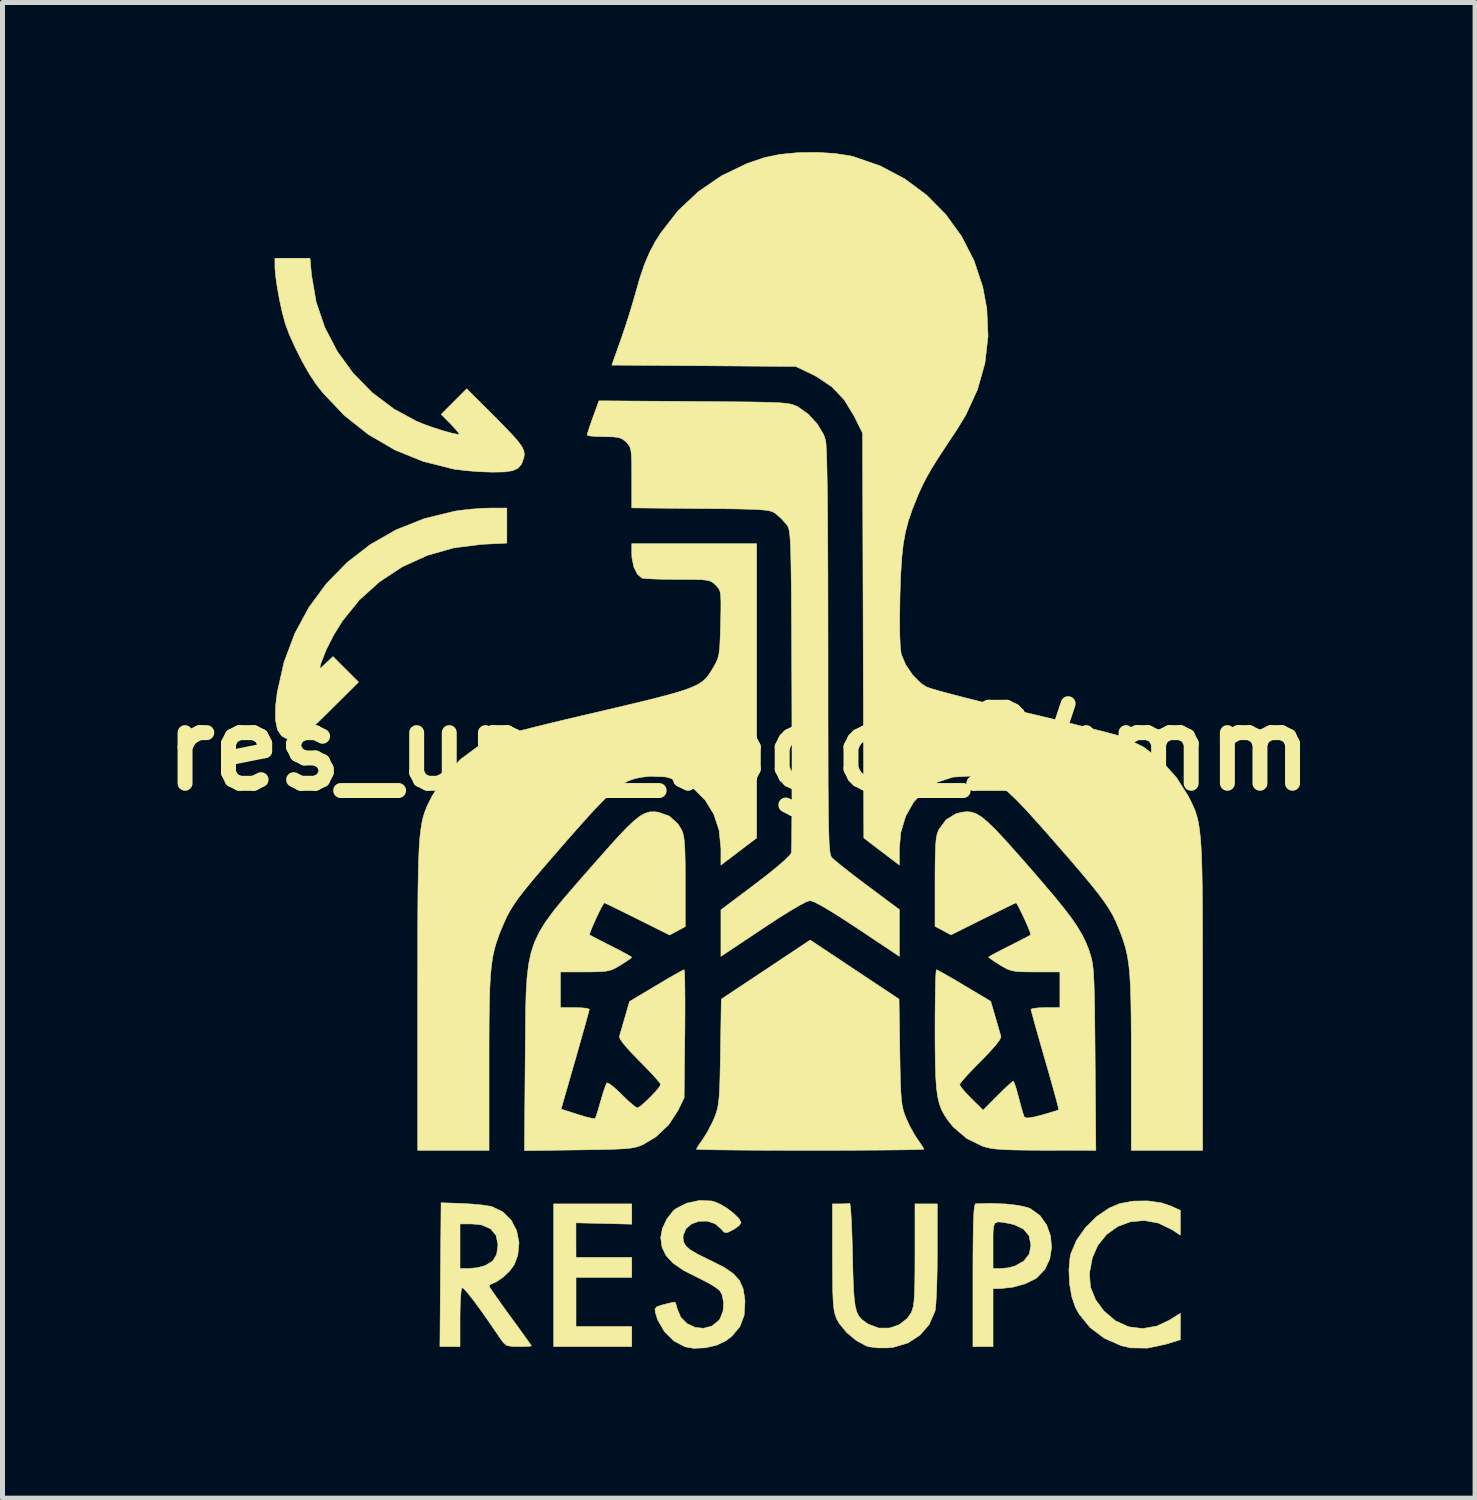
<source format=kicad_pcb>
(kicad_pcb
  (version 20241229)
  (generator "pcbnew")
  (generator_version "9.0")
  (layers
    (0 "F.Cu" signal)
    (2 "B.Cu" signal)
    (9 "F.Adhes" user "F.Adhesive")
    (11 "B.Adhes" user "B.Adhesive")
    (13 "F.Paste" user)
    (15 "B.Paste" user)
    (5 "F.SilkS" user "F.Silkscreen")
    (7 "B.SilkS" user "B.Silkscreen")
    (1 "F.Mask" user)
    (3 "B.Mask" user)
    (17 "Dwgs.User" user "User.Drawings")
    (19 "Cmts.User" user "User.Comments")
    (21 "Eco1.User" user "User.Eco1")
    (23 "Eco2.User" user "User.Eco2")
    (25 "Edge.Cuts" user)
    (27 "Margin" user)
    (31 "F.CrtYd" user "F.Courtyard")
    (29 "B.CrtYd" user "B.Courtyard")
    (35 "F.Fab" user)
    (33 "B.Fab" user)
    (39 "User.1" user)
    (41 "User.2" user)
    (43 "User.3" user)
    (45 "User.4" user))
  (footprint "res_upc_logo_24mm"
    (layer "F.Cu")
    (at 11.764 11.967)
    (property "Reference" "res_upc_logo_24mm" (at 0 0 0) (layer "F.SilkS") (effects (font (size 1.524 1.524) (thickness 0.3))))
    (attr through_hole)
    (fp_poly (pts (xy -2.146 9.53) (xy -2.706 9.516) (xy -3.265 9.503) (xy -3.265 9.849) (xy -3.264 10.196) (xy -2.146 10.196) (xy -2.146 10.598) (xy -3.264 10.598) (xy -3.264 11.582) (xy -2.146 11.582) (xy -2.146 11.985) (xy -3.712 11.985) (xy -3.712 9.123) (xy -2.146 9.123) (xy -2.146 9.53)) (stroke (width 0.01) (type solid)) (fill yes) (layer "F.SilkS"))
    (fp_poly (pts (xy 8.471 9.101) (xy 8.642 9.157) (xy 8.854 9.252) (xy 8.854 9.75) (xy 8.687 9.64) (xy 8.414 9.508) (xy 8.133 9.457) (xy 7.857 9.481) (xy 7.6 9.575) (xy 7.376 9.735) (xy 7.199 9.955) (xy 7.09 10.203) (xy 7.031 10.513) (xy 7.051 10.79) (xy 7.155 11.046) (xy 7.318 11.267) (xy 7.553 11.468) (xy 7.815 11.587) (xy 8.095 11.623) (xy 8.38 11.574) (xy 8.631 11.456) (xy 8.854 11.317) (xy 8.854 11.847) (xy 8.559 11.938) (xy 8.193 12.015) (xy 7.858 12.01) (xy 7.669 11.967) (xy 7.328 11.816) (xy 7.043 11.601) (xy 6.821 11.327) (xy 6.75 11.198) (xy 6.677 10.985) (xy 6.632 10.723) (xy 6.62 10.448) (xy 6.642 10.197) (xy 6.659 10.12) (xy 6.771 9.855) (xy 6.95 9.6) (xy 7.177 9.376) (xy 7.432 9.203) (xy 7.642 9.116) (xy 7.912 9.067) (xy 8.2 9.063) (xy 8.471 9.101)) (stroke (width 0.01) (type solid)) (fill yes) (layer "F.SilkS"))
    (fp_poly (pts (xy -4.651 -4.127) (xy -5.154 -4.102) (xy -5.713 -4.032) (xy -6.247 -3.88) (xy -6.747 -3.652) (xy -7.203 -3.352) (xy -7.609 -2.986) (xy -7.954 -2.558) (xy -7.958 -2.551) (xy -8.125 -2.279) (xy -8.27 -1.994) (xy -8.374 -1.731) (xy -8.384 -1.699) (xy -8.402 -1.633) (xy -8.39 -1.621) (xy -8.335 -1.666) (xy -8.277 -1.72) (xy -8.136 -1.852) (xy -7.88 -1.596) (xy -7.624 -1.34) (xy -8.209 -0.759) (xy -8.423 -0.549) (xy -8.586 -0.395) (xy -8.707 -0.289) (xy -8.797 -0.223) (xy -8.867 -0.189) (xy -8.925 -0.179) (xy -8.931 -0.179) (xy -9.065 -0.205) (xy -9.167 -0.259) (xy -9.25 -0.383) (xy -9.291 -0.586) (xy -9.287 -0.866) (xy -9.256 -1.128) (xy -9.119 -1.739) (xy -8.905 -2.31) (xy -8.62 -2.838) (xy -8.268 -3.315) (xy -7.856 -3.737) (xy -7.388 -4.099) (xy -6.87 -4.394) (xy -6.307 -4.618) (xy -5.705 -4.765) (xy -5.604 -4.781) (xy -5.38 -4.807) (xy -5.134 -4.825) (xy -4.966 -4.83) (xy -4.651 -4.83) (xy -4.651 -4.127)) (stroke (width 0.01) (type solid)) (fill yes) (layer "F.SilkS"))
    (fp_poly (pts (xy 5.354 9.125) (xy 5.603 9.153) (xy 5.791 9.196) (xy 5.848 9.218) (xy 6.037 9.355) (xy 6.172 9.543) (xy 6.251 9.764) (xy 6.272 10) (xy 6.235 10.231) (xy 6.136 10.439) (xy 5.976 10.605) (xy 5.952 10.622) (xy 5.742 10.725) (xy 5.488 10.795) (xy 5.243 10.821) (xy 5.098 10.822) (xy 5.098 11.985) (xy 4.695 11.985) (xy 4.695 10.554) (xy 4.696 10.14) (xy 4.698 9.931) (xy 5.098 9.931) (xy 5.098 9.95) (xy 5.098 10.419) (xy 5.251 10.419) (xy 5.401 10.405) (xy 5.531 10.372) (xy 5.717 10.268) (xy 5.825 10.127) (xy 5.858 9.95) (xy 5.821 9.764) (xy 5.708 9.627) (xy 5.521 9.539) (xy 5.447 9.521) (xy 5.294 9.492) (xy 5.194 9.484) (xy 5.135 9.51) (xy 5.107 9.584) (xy 5.098 9.72) (xy 5.098 9.931) (xy 4.698 9.931) (xy 4.699 9.808) (xy 4.703 9.551) (xy 4.71 9.361) (xy 4.719 9.231) (xy 4.731 9.154) (xy 4.746 9.122) (xy 4.751 9.12) (xy 5.064 9.113) (xy 5.354 9.125)) (stroke (width 0.01) (type solid)) (fill yes) (layer "F.SilkS"))
    (fp_poly (pts (xy 2.322 4.425) (xy 3.213 5.017) (xy 3.229 6.075) (xy 3.235 6.415) (xy 3.241 6.68) (xy 3.25 6.882) (xy 3.261 7.034) (xy 3.277 7.151) (xy 3.298 7.246) (xy 3.326 7.333) (xy 3.346 7.385) (xy 3.427 7.562) (xy 3.525 7.738) (xy 3.579 7.821) (xy 3.655 7.93) (xy 3.703 8.006) (xy 3.712 8.027) (xy 3.668 8.031) (xy 3.544 8.035) (xy 3.347 8.039) (xy 3.086 8.042) (xy 2.768 8.045) (xy 2.404 8.047) (xy 2 8.049) (xy 1.565 8.049) (xy 1.431 8.049) (xy 0.989 8.049) (xy 0.575 8.048) (xy 0.198 8.046) (xy -0.135 8.043) (xy -0.413 8.04) (xy -0.631 8.036) (xy -0.777 8.032) (xy -0.846 8.028) (xy -0.85 8.027) (xy -0.826 7.98) (xy -0.764 7.887) (xy -0.717 7.821) (xy -0.623 7.67) (xy -0.529 7.488) (xy -0.484 7.385) (xy -0.452 7.298) (xy -0.427 7.21) (xy -0.408 7.107) (xy -0.394 6.977) (xy -0.384 6.806) (xy -0.377 6.581) (xy -0.371 6.287) (xy -0.367 6.075) (xy -0.351 5.017) (xy 0.54 4.425) (xy 1.431 3.832) (xy 2.322 4.425)) (stroke (width 0.01) (type solid)) (fill yes) (layer "F.SilkS"))
    (fp_poly (pts (xy -8.567 -9.498) (xy -8.475 -8.963) (xy -8.301 -8.451) (xy -8.051 -7.971) (xy -7.733 -7.533) (xy -7.352 -7.145) (xy -6.915 -6.816) (xy -6.468 -6.573) (xy -6.309 -6.508) (xy -6.12 -6.441) (xy -5.928 -6.38) (xy -5.757 -6.332) (xy -5.635 -6.307) (xy -5.608 -6.305) (xy -5.617 -6.334) (xy -5.677 -6.408) (xy -5.769 -6.507) (xy -5.968 -6.709) (xy -5.712 -6.965) (xy -5.456 -7.221) (xy -4.923 -6.69) (xy -4.7 -6.465) (xy -4.534 -6.291) (xy -4.419 -6.159) (xy -4.347 -6.057) (xy -4.309 -5.975) (xy -4.3 -5.904) (xy -4.311 -5.838) (xy -4.355 -5.713) (xy -4.425 -5.629) (xy -4.535 -5.579) (xy -4.702 -5.554) (xy -4.941 -5.55) (xy -4.953 -5.55) (xy -5.192 -5.558) (xy -5.446 -5.578) (xy -5.669 -5.604) (xy -5.724 -5.613) (xy -6.328 -5.764) (xy -6.898 -5.996) (xy -7.427 -6.305) (xy -7.91 -6.687) (xy -8.339 -7.139) (xy -8.473 -7.309) (xy -8.606 -7.509) (xy -8.751 -7.763) (xy -8.891 -8.04) (xy -9.012 -8.307) (xy -9.096 -8.535) (xy -9.098 -8.542) (xy -9.154 -8.752) (xy -9.208 -8.997) (xy -9.253 -9.247) (xy -9.286 -9.474) (xy -9.301 -9.649) (xy -9.301 -9.67) (xy -9.301 -9.838) (xy -8.598 -9.838) (xy -8.567 -9.498)) (stroke (width 0.01) (type solid)) (fill yes) (layer "F.SilkS"))
    (fp_poly (pts (xy 2.235 9.151) (xy 2.246 9.267) (xy 2.257 9.449) (xy 2.267 9.684) (xy 2.276 9.959) (xy 2.281 10.153) (xy 2.289 10.513) (xy 2.299 10.796) (xy 2.314 11.012) (xy 2.335 11.173) (xy 2.366 11.291) (xy 2.41 11.377) (xy 2.469 11.443) (xy 2.546 11.501) (xy 2.607 11.539) (xy 2.806 11.613) (xy 3.017 11.613) (xy 3.216 11.546) (xy 3.38 11.418) (xy 3.454 11.31) (xy 3.48 11.249) (xy 3.5 11.173) (xy 3.514 11.069) (xy 3.523 10.925) (xy 3.529 10.728) (xy 3.532 10.466) (xy 3.533 10.14) (xy 3.533 9.123) (xy 3.98 9.123) (xy 3.98 10.118) (xy 3.978 10.417) (xy 3.972 10.696) (xy 3.963 10.938) (xy 3.952 11.127) (xy 3.94 11.249) (xy 3.934 11.274) (xy 3.817 11.542) (xy 3.631 11.757) (xy 3.39 11.912) (xy 3.104 11.998) (xy 2.987 12.011) (xy 2.794 12.011) (xy 2.624 11.99) (xy 2.555 11.971) (xy 2.356 11.863) (xy 2.166 11.704) (xy 2.015 11.522) (xy 1.963 11.43) (xy 1.937 11.362) (xy 1.916 11.284) (xy 1.901 11.182) (xy 1.891 11.045) (xy 1.884 10.86) (xy 1.881 10.614) (xy 1.879 10.295) (xy 1.879 10.185) (xy 1.878 9.123) (xy 2.035 9.123) (xy 2.149 9.12) (xy 2.221 9.112) (xy 2.225 9.111) (xy 2.235 9.151)) (stroke (width 0.01) (type solid)) (fill yes) (layer "F.SilkS"))
    (fp_poly (pts (xy -5.545 9.115) (xy -5.336 9.127) (xy -5.139 9.146) (xy -4.987 9.17) (xy -4.945 9.18) (xy -4.728 9.286) (xy -4.562 9.452) (xy -4.453 9.663) (xy -4.407 9.902) (xy -4.431 10.151) (xy -4.499 10.336) (xy -4.59 10.463) (xy -4.722 10.59) (xy -4.861 10.685) (xy -4.919 10.71) (xy -4.991 10.745) (xy -5.008 10.769) (xy -4.982 10.814) (xy -4.912 10.917) (xy -4.807 11.067) (xy -4.676 11.25) (xy -4.583 11.378) (xy -4.44 11.574) (xy -4.317 11.744) (xy -4.224 11.874) (xy -4.169 11.953) (xy -4.159 11.971) (xy -4.199 11.978) (xy -4.304 11.983) (xy -4.416 11.984) (xy -4.564 11.98) (xy -4.655 11.96) (xy -4.719 11.908) (xy -4.785 11.817) (xy -4.982 11.528) (xy -5.158 11.277) (xy -5.309 11.071) (xy -5.428 10.919) (xy -5.511 10.827) (xy -5.55 10.802) (xy -5.565 10.854) (xy -5.577 10.977) (xy -5.586 11.155) (xy -5.59 11.369) (xy -5.59 11.406) (xy -5.59 11.985) (xy -5.993 11.985) (xy -5.982 10.542) (xy -5.973 9.525) (xy -5.59 9.525) (xy -5.59 10.419) (xy -5.409 10.419) (xy -5.247 10.403) (xy -5.091 10.361) (xy -5.078 10.356) (xy -4.935 10.268) (xy -4.856 10.139) (xy -4.83 9.952) (xy -4.83 9.934) (xy -4.867 9.754) (xy -4.977 9.623) (xy -5.153 9.546) (xy -5.347 9.525) (xy -5.59 9.525) (xy -5.973 9.525) (xy -5.97 9.1) (xy -5.545 9.115)) (stroke (width 0.01) (type solid)) (fill yes) (layer "F.SilkS"))
    (fp_poly (pts (xy -0.549 9.064) (xy -0.501 9.075) (xy -0.372 9.129) (xy -0.23 9.215) (xy -0.099 9.316) (xy 0.00014 9.415) (xy 0.044 9.494) (xy 0.045 9.501) (xy 0.009 9.555) (xy -0.081 9.622) (xy -0.114 9.641) (xy -0.217 9.693) (xy -0.275 9.701) (xy -0.322 9.663) (xy -0.349 9.628) (xy -0.477 9.519) (xy -0.633 9.469) (xy -0.796 9.471) (xy -0.944 9.523) (xy -1.058 9.619) (xy -1.115 9.754) (xy -1.118 9.798) (xy -1.106 9.888) (xy -1.062 9.966) (xy -0.973 10.044) (xy -0.828 10.13) (xy -0.614 10.236) (xy -0.557 10.263) (xy -0.296 10.395) (xy -0.11 10.522) (xy 0.013 10.658) (xy 0.085 10.818) (xy 0.119 11.017) (xy 0.124 11.085) (xy 0.107 11.36) (xy 0.022 11.584) (xy -0.138 11.775) (xy -0.251 11.863) (xy -0.439 11.955) (xy -0.67 12.009) (xy -0.905 12.019) (xy -1.077 11.989) (xy -1.301 11.872) (xy -1.489 11.686) (xy -1.625 11.453) (xy -1.671 11.308) (xy -1.68 11.234) (xy -1.65 11.189) (xy -1.559 11.156) (xy -1.5 11.14) (xy -1.378 11.11) (xy -1.297 11.092) (xy -1.283 11.09) (xy -1.261 11.128) (xy -1.237 11.219) (xy -1.165 11.395) (xy -1.038 11.523) (xy -0.879 11.599) (xy -0.707 11.617) (xy -0.541 11.573) (xy -0.403 11.462) (xy -0.376 11.426) (xy -0.316 11.274) (xy -0.304 11.098) (xy -0.338 10.938) (xy -0.385 10.859) (xy -0.465 10.796) (xy -0.601 10.713) (xy -0.767 10.628) (xy -0.805 10.61) (xy -1.1 10.46) (xy -1.315 10.314) (xy -1.458 10.161) (xy -1.539 9.994) (xy -1.565 9.802) (xy -1.565 9.793) (xy -1.531 9.613) (xy -1.441 9.424) (xy -1.316 9.265) (xy -1.258 9.216) (xy -1.041 9.108) (xy -0.792 9.055) (xy -0.549 9.064)) (stroke (width 0.01) (type solid)) (fill yes) (layer "F.SilkS"))
    (fp_poly (pts (xy 0.358 1.785) (xy 0 2.057) (xy -0.358 2.329) (xy -0.358 1.994) (xy -0.395 1.631) (xy -0.502 1.308) (xy -0.671 1.031) (xy -0.893 0.808) (xy -1.161 0.649) (xy -1.467 0.561) (xy -1.778 0.549) (xy -1.936 0.566) (xy -2.075 0.593) (xy -2.206 0.637) (xy -2.335 0.706) (xy -2.474 0.807) (xy -2.629 0.945) (xy -2.811 1.129) (xy -3.029 1.364) (xy -3.29 1.658) (xy -3.426 1.812) (xy -3.718 2.147) (xy -3.957 2.424) (xy -4.15 2.652) (xy -4.303 2.84) (xy -4.424 2.997) (xy -4.518 3.133) (xy -4.593 3.255) (xy -4.655 3.372) (xy -4.711 3.495) (xy -4.74 3.563) (xy -4.804 3.72) (xy -4.856 3.866) (xy -4.899 4.012) (xy -4.933 4.167) (xy -4.959 4.343) (xy -4.979 4.548) (xy -4.992 4.793) (xy -5.001 5.089) (xy -5.006 5.445) (xy -5.008 5.872) (xy -5.008 6.286) (xy -5.008 8.049) (xy -6.439 8.049) (xy -6.439 4.953) (xy -6.438 4.315) (xy -6.438 3.76) (xy -6.436 3.281) (xy -6.433 2.87) (xy -6.427 2.522) (xy -6.42 2.229) (xy -6.409 1.985) (xy -6.395 1.782) (xy -6.376 1.614) (xy -6.353 1.474) (xy -6.326 1.356) (xy -6.292 1.251) (xy -6.253 1.154) (xy -6.207 1.058) (xy -6.154 0.956) (xy -6.144 0.936) (xy -5.893 0.545) (xy -5.583 0.212) (xy -5.226 -0.054) (xy -4.863 -0.232) (xy -4.768 -0.262) (xy -4.597 -0.309) (xy -4.363 -0.37) (xy -4.077 -0.442) (xy -3.751 -0.522) (xy -3.397 -0.607) (xy -3.115 -0.673) (xy -2.602 -0.793) (xy -2.168 -0.896) (xy -1.806 -0.983) (xy -1.509 -1.059) (xy -1.269 -1.125) (xy -1.078 -1.185) (xy -0.93 -1.241) (xy -0.815 -1.296) (xy -0.728 -1.353) (xy -0.66 -1.415) (xy -0.604 -1.484) (xy -0.552 -1.564) (xy -0.504 -1.645) (xy -0.456 -1.732) (xy -0.421 -1.813) (xy -0.398 -1.907) (xy -0.383 -2.031) (xy -0.374 -2.204) (xy -0.367 -2.443) (xy -0.365 -2.513) (xy -0.359 -2.768) (xy -0.358 -2.95) (xy -0.363 -3.074) (xy -0.376 -3.155) (xy -0.4 -3.211) (xy -0.435 -3.256) (xy -0.463 -3.285) (xy -0.511 -3.329) (xy -0.561 -3.36) (xy -0.629 -3.38) (xy -0.732 -3.392) (xy -0.884 -3.397) (xy -1.103 -3.399) (xy -1.224 -3.399) (xy -1.461 -3.4) (xy -1.669 -3.406) (xy -1.83 -3.413) (xy -1.928 -3.423) (xy -1.943 -3.426) (xy -2.034 -3.504) (xy -2.104 -3.646) (xy -2.142 -3.827) (xy -2.146 -3.911) (xy -2.146 -4.114) (xy 0.358 -4.114) (xy 0.358 1.785)) (stroke (width 0.01) (type solid)) (fill yes) (layer "F.SilkS"))
    (fp_poly (pts (xy -0.899 -6.967) (xy -0.436 -6.963) (xy -0.054 -6.96) (xy 0.256 -6.957) (xy 0.503 -6.952) (xy 0.695 -6.946) (xy 0.841 -6.939) (xy 0.95 -6.929) (xy 1.031 -6.916) (xy 1.091 -6.9) (xy 1.141 -6.88) (xy 1.188 -6.857) (xy 1.191 -6.855) (xy 1.397 -6.709) (xy 1.574 -6.515) (xy 1.701 -6.303) (xy 1.739 -6.193) (xy 1.749 -6.118) (xy 1.758 -5.97) (xy 1.765 -5.749) (xy 1.771 -5.453) (xy 1.777 -5.079) (xy 1.781 -4.626) (xy 1.784 -4.091) (xy 1.787 -3.473) (xy 1.788 -2.769) (xy 1.789 -1.978) (xy 1.789 -1.953) (xy 1.789 -1.258) (xy 1.789 -0.646) (xy 1.79 -0.114) (xy 1.791 0.346) (xy 1.792 0.739) (xy 1.795 1.07) (xy 1.798 1.344) (xy 1.802 1.568) (xy 1.807 1.746) (xy 1.812 1.885) (xy 1.82 1.989) (xy 1.828 2.065) (xy 1.838 2.117) (xy 1.849 2.152) (xy 1.862 2.175) (xy 1.867 2.181) (xy 1.928 2.236) (xy 2.047 2.334) (xy 2.211 2.464) (xy 2.407 2.614) (xy 2.582 2.746) (xy 3.22 3.222) (xy 3.22 4.16) (xy 2.381 3.6) (xy 2.088 3.408) (xy 1.84 3.252) (xy 1.642 3.136) (xy 1.503 3.064) (xy 1.431 3.041) (xy 1.354 3.066) (xy 1.212 3.14) (xy 1.012 3.258) (xy 0.761 3.416) (xy 0.481 3.6) (xy -0.358 4.16) (xy -0.358 3.227) (xy 0.336 2.705) (xy 0.581 2.516) (xy 0.784 2.351) (xy 0.935 2.219) (xy 1.027 2.125) (xy 1.053 2.086) (xy 1.056 2.026) (xy 1.06 1.884) (xy 1.062 1.668) (xy 1.064 1.384) (xy 1.066 1.041) (xy 1.066 0.645) (xy 1.067 0.203) (xy 1.066 -0.276) (xy 1.065 -0.785) (xy 1.064 -1.193) (xy 1.061 -1.803) (xy 1.059 -2.33) (xy 1.056 -2.78) (xy 1.054 -3.16) (xy 1.05 -3.476) (xy 1.046 -3.734) (xy 1.042 -3.942) (xy 1.036 -4.104) (xy 1.028 -4.227) (xy 1.02 -4.319) (xy 1.009 -4.384) (xy 0.997 -4.43) (xy 0.983 -4.463) (xy 0.966 -4.49) (xy 0.959 -4.499) (xy 0.852 -4.619) (xy 0.743 -4.715) (xy 0.704 -4.741) (xy 0.659 -4.762) (xy 0.596 -4.778) (xy 0.506 -4.79) (xy 0.379 -4.8) (xy 0.204 -4.806) (xy -0.028 -4.812) (xy -0.328 -4.816) (xy -0.706 -4.82) (xy -0.763 -4.82) (xy -2.146 -4.833) (xy -2.146 -5.437) (xy -2.147 -5.681) (xy -2.151 -5.852) (xy -2.161 -5.968) (xy -2.179 -6.044) (xy -2.208 -6.098) (xy -2.251 -6.146) (xy -2.256 -6.151) (xy -2.324 -6.208) (xy -2.401 -6.241) (xy -2.513 -6.257) (xy -2.687 -6.261) (xy -2.703 -6.261) (xy -2.864 -6.265) (xy -2.984 -6.275) (xy -3.039 -6.291) (xy -3.041 -6.294) (xy -3.027 -6.349) (xy -2.989 -6.466) (xy -2.935 -6.62) (xy -2.923 -6.654) (xy -2.804 -6.98) (xy -0.899 -6.967)) (stroke (width 0.01) (type solid)) (fill yes) (layer "F.SilkS"))
    (fp_poly (pts (xy 1.925 -11.94) (xy 2.245 -11.89) (xy 2.301 -11.876) (xy 2.838 -11.69) (xy 3.329 -11.43) (xy 3.768 -11.104) (xy 4.149 -10.718) (xy 4.467 -10.279) (xy 4.717 -9.791) (xy 4.892 -9.264) (xy 4.973 -8.829) (xy 4.998 -8.279) (xy 4.936 -7.736) (xy 4.786 -7.205) (xy 4.551 -6.692) (xy 4.368 -6.393) (xy 4.165 -6.089) (xy 4.005 -5.844) (xy 3.879 -5.643) (xy 3.78 -5.472) (xy 3.699 -5.317) (xy 3.627 -5.164) (xy 3.589 -5.076) (xy 3.485 -4.818) (xy 3.403 -4.582) (xy 3.342 -4.35) (xy 3.298 -4.104) (xy 3.267 -3.825) (xy 3.247 -3.496) (xy 3.233 -3.098) (xy 3.232 -3.041) (xy 3.226 -2.625) (xy 3.228 -2.299) (xy 3.238 -2.06) (xy 3.256 -1.91) (xy 3.261 -1.891) (xy 3.349 -1.682) (xy 3.489 -1.479) (xy 3.655 -1.313) (xy 3.761 -1.244) (xy 3.839 -1.216) (xy 3.993 -1.17) (xy 4.215 -1.11) (xy 4.493 -1.037) (xy 4.817 -0.955) (xy 5.178 -0.867) (xy 5.564 -0.774) (xy 5.714 -0.738) (xy 6.11 -0.644) (xy 6.487 -0.553) (xy 6.833 -0.467) (xy 7.139 -0.391) (xy 7.393 -0.326) (xy 7.585 -0.274) (xy 7.704 -0.239) (xy 7.727 -0.231) (xy 8.118 -0.036) (xy 8.471 0.235) (xy 8.775 0.572) (xy 9.006 0.936) (xy 9.06 1.04) (xy 9.107 1.137) (xy 9.148 1.233) (xy 9.182 1.335) (xy 9.211 1.451) (xy 9.234 1.587) (xy 9.253 1.749) (xy 9.268 1.945) (xy 9.28 2.181) (xy 9.288 2.464) (xy 9.294 2.802) (xy 9.297 3.2) (xy 9.299 3.666) (xy 9.3 4.207) (xy 9.301 4.829) (xy 9.301 4.953) (xy 9.301 8.049) (xy 7.87 8.049) (xy 7.87 6.286) (xy 7.87 5.795) (xy 7.867 5.383) (xy 7.862 5.04) (xy 7.853 4.756) (xy 7.839 4.521) (xy 7.819 4.323) (xy 7.793 4.154) (xy 7.759 4.003) (xy 7.716 3.86) (xy 7.664 3.714) (xy 7.619 3.6) (xy 7.563 3.466) (xy 7.501 3.339) (xy 7.426 3.21) (xy 7.333 3.07) (xy 7.215 2.909) (xy 7.064 2.72) (xy 6.874 2.492) (xy 6.639 2.217) (xy 6.351 1.887) (xy 6.297 1.825) (xy 6.009 1.498) (xy 5.769 1.233) (xy 5.569 1.024) (xy 5.4 0.863) (xy 5.253 0.743) (xy 5.119 0.659) (xy 4.99 0.604) (xy 4.856 0.57) (xy 4.71 0.551) (xy 4.631 0.545) (xy 4.295 0.565) (xy 3.991 0.664) (xy 3.727 0.832) (xy 3.509 1.062) (xy 3.347 1.346) (xy 3.248 1.676) (xy 3.22 1.994) (xy 3.22 2.329) (xy 2.863 2.058) (xy 2.507 1.786) (xy 2.494 -2.273) (xy 2.482 -6.332) (xy 2.315 -6.67) (xy 2.116 -6.997) (xy 1.871 -7.257) (xy 1.562 -7.465) (xy 1.439 -7.528) (xy 1.14 -7.669) (xy -0.703 -7.683) (xy -2.546 -7.696) (xy -2.368 -8.197) (xy -2.282 -8.448) (xy -2.195 -8.72) (xy -2.118 -8.973) (xy -2.08 -9.106) (xy -1.984 -9.444) (xy -1.891 -9.717) (xy -1.793 -9.948) (xy -1.68 -10.162) (xy -1.569 -10.339) (xy -1.222 -10.787) (xy -0.813 -11.172) (xy -0.348 -11.491) (xy 0.165 -11.739) (xy 0.518 -11.858) (xy 0.824 -11.921) (xy 1.182 -11.956) (xy 1.56 -11.962) (xy 1.925 -11.94)) (stroke (width 0.01) (type solid)) (fill yes) (layer "F.SilkS"))
    (fp_poly (pts (xy -1.613 1.269) (xy -1.394 1.347) (xy -1.223 1.5) (xy -1.152 1.613) (xy -1.124 1.678) (xy -1.104 1.76) (xy -1.09 1.872) (xy -1.081 2.028) (xy -1.075 2.241) (xy -1.073 2.524) (xy -1.073 2.665) (xy -1.073 3.563) (xy -1.23 3.648) (xy -1.387 3.732) (xy -2.035 3.409) (xy -2.254 3.3) (xy -2.443 3.207) (xy -2.589 3.136) (xy -2.677 3.094) (xy -2.697 3.086) (xy -2.724 3.123) (xy -2.775 3.218) (xy -2.838 3.347) (xy -2.902 3.487) (xy -2.956 3.613) (xy -2.989 3.701) (xy -2.993 3.728) (xy -2.947 3.754) (xy -2.839 3.811) (xy -2.687 3.889) (xy -2.56 3.953) (xy -2.389 4.04) (xy -2.252 4.113) (xy -2.167 4.162) (xy -2.146 4.178) (xy -2.181 4.209) (xy -2.272 4.271) (xy -2.371 4.334) (xy -2.474 4.395) (xy -2.564 4.434) (xy -2.663 4.457) (xy -2.794 4.468) (xy -2.981 4.472) (xy -3.086 4.472) (xy -3.577 4.472) (xy -3.577 5.187) (xy -3.287 5.187) (xy -3.139 5.192) (xy -3.035 5.204) (xy -2.997 5.221) (xy -3.009 5.272) (xy -3.043 5.396) (xy -3.094 5.581) (xy -3.16 5.814) (xy -3.236 6.083) (xy -3.28 6.238) (xy -3.563 7.222) (xy -3.233 7.328) (xy -3.074 7.376) (xy -2.951 7.406) (xy -2.886 7.414) (xy -2.881 7.413) (xy -2.86 7.362) (xy -2.823 7.248) (xy -2.778 7.093) (xy -2.769 7.061) (xy -2.721 6.898) (xy -2.678 6.771) (xy -2.648 6.701) (xy -2.645 6.697) (xy -2.601 6.711) (xy -2.512 6.778) (xy -2.395 6.884) (xy -2.347 6.932) (xy -2.221 7.054) (xy -2.114 7.147) (xy -2.046 7.196) (xy -2.034 7.2) (xy -1.979 7.169) (xy -1.887 7.091) (xy -1.779 6.987) (xy -1.675 6.878) (xy -1.597 6.785) (xy -1.565 6.728) (xy -1.565 6.728) (xy -1.595 6.681) (xy -1.678 6.586) (xy -1.801 6.454) (xy -1.952 6.298) (xy -1.99 6.261) (xy -2.169 6.076) (xy -2.301 5.926) (xy -2.378 5.82) (xy -2.395 5.77) (xy -2.374 5.695) (xy -2.335 5.562) (xy -2.288 5.398) (xy -2.283 5.383) (xy -2.191 5.064) (xy -1.658 4.746) (xy -1.463 4.63) (xy -1.296 4.534) (xy -1.171 4.464) (xy -1.104 4.429) (xy -1.097 4.427) (xy -1.09 4.47) (xy -1.084 4.591) (xy -1.081 4.779) (xy -1.079 5.023) (xy -1.079 5.312) (xy -1.081 5.635) (xy -1.082 5.713) (xy -1.096 6.998) (xy -1.22 7.252) (xy -1.409 7.54) (xy -1.664 7.78) (xy -1.917 7.931) (xy -1.989 7.962) (xy -2.064 7.985) (xy -2.157 8.003) (xy -2.279 8.016) (xy -2.442 8.025) (xy -2.661 8.032) (xy -2.947 8.037) (xy -3.211 8.041) (xy -4.298 8.055) (xy -4.283 6.208) (xy -4.279 5.697) (xy -4.275 5.264) (xy -4.265 4.898) (xy -4.246 4.588) (xy -4.215 4.322) (xy -4.166 4.088) (xy -4.096 3.877) (xy -4.001 3.676) (xy -3.878 3.474) (xy -3.721 3.259) (xy -3.528 3.022) (xy -3.293 2.749) (xy -3.014 2.43) (xy -2.909 2.31) (xy -2.641 2.007) (xy -2.423 1.765) (xy -2.246 1.579) (xy -2.102 1.443) (xy -1.983 1.349) (xy -1.881 1.292) (xy -1.788 1.264) (xy -1.695 1.26) (xy -1.613 1.269)) (stroke (width 0.01) (type solid)) (fill yes) (layer "F.SilkS"))
    (fp_poly (pts (xy 4.665 1.267) (xy 4.759 1.299) (xy 4.864 1.362) (xy 4.986 1.463) (xy 5.136 1.607) (xy 5.319 1.802) (xy 5.545 2.054) (xy 5.771 2.31) (xy 6.07 2.655) (xy 6.315 2.943) (xy 6.512 3.185) (xy 6.668 3.389) (xy 6.789 3.565) (xy 6.883 3.723) (xy 6.956 3.871) (xy 7.015 4.018) (xy 7.031 4.066) (xy 7.055 4.142) (xy 7.076 4.218) (xy 7.092 4.303) (xy 7.105 4.407) (xy 7.115 4.538) (xy 7.123 4.706) (xy 7.13 4.921) (xy 7.135 5.192) (xy 7.139 5.528) (xy 7.143 5.939) (xy 7.145 6.205) (xy 7.16 8.049) (xy 6.14 8.048) (xy 5.796 8.046) (xy 5.528 8.042) (xy 5.323 8.035) (xy 5.167 8.024) (xy 5.047 8.008) (xy 4.949 7.985) (xy 4.889 7.967) (xy 4.57 7.811) (xy 4.303 7.583) (xy 4.2 7.456) (xy 4.126 7.347) (xy 4.067 7.238) (xy 4.022 7.118) (xy 3.988 6.975) (xy 3.964 6.798) (xy 3.949 6.574) (xy 3.94 6.293) (xy 3.936 5.943) (xy 3.935 5.626) (xy 3.936 5.309) (xy 3.939 5.024) (xy 3.943 4.781) (xy 3.948 4.593) (xy 3.955 4.471) (xy 3.962 4.427) (xy 3.962 4.427) (xy 4.008 4.449) (xy 4.116 4.508) (xy 4.271 4.597) (xy 4.458 4.707) (xy 4.52 4.744) (xy 5.052 5.061) (xy 5.145 5.381) (xy 5.193 5.547) (xy 5.233 5.684) (xy 5.256 5.766) (xy 5.257 5.77) (xy 5.234 5.83) (xy 5.15 5.942) (xy 5.012 6.096) (xy 4.852 6.261) (xy 4.695 6.42) (xy 4.565 6.559) (xy 4.472 6.665) (xy 4.429 6.725) (xy 4.427 6.731) (xy 4.457 6.783) (xy 4.536 6.878) (xy 4.647 6.995) (xy 4.663 7.011) (xy 4.899 7.244) (xy 5.187 6.954) (xy 5.317 6.826) (xy 5.422 6.727) (xy 5.489 6.671) (xy 5.503 6.663) (xy 5.526 6.703) (xy 5.562 6.809) (xy 5.604 6.961) (xy 5.614 7) (xy 5.658 7.166) (xy 5.697 7.301) (xy 5.724 7.378) (xy 5.727 7.384) (xy 5.784 7.401) (xy 5.914 7.383) (xy 6.081 7.34) (xy 6.238 7.294) (xy 6.356 7.258) (xy 6.414 7.237) (xy 6.416 7.235) (xy 6.407 7.19) (xy 6.377 7.072) (xy 6.328 6.892) (xy 6.264 6.663) (xy 6.188 6.397) (xy 6.142 6.238) (xy 6.061 5.955) (xy 5.989 5.702) (xy 5.929 5.489) (xy 5.886 5.33) (xy 5.862 5.238) (xy 5.858 5.221) (xy 5.899 5.204) (xy 6.006 5.192) (xy 6.149 5.187) (xy 6.439 5.187) (xy 6.439 4.472) (xy 5.951 4.472) (xy 5.733 4.471) (xy 5.581 4.464) (xy 5.471 4.446) (xy 5.381 4.414) (xy 5.286 4.362) (xy 5.235 4.331) (xy 5.115 4.254) (xy 5.033 4.197) (xy 5.008 4.175) (xy 5.046 4.15) (xy 5.147 4.094) (xy 5.294 4.018) (xy 5.422 3.953) (xy 5.596 3.865) (xy 5.738 3.792) (xy 5.83 3.743) (xy 5.855 3.728) (xy 5.845 3.684) (xy 5.806 3.585) (xy 5.749 3.453) (xy 5.684 3.314) (xy 5.623 3.191) (xy 5.577 3.107) (xy 5.559 3.086) (xy 5.517 3.104) (xy 5.408 3.157) (xy 5.247 3.236) (xy 5.047 3.335) (xy 4.9 3.407) (xy 4.255 3.729) (xy 4.095 3.643) (xy 3.935 3.557) (xy 3.935 2.662) (xy 3.936 2.346) (xy 3.94 2.106) (xy 3.947 1.929) (xy 3.959 1.801) (xy 3.977 1.708) (xy 4.002 1.638) (xy 4.014 1.613) (xy 4.156 1.421) (xy 4.35 1.302) (xy 4.475 1.269) (xy 4.573 1.259) (xy 4.665 1.267)) (stroke (width 0.01) (type solid)) (fill yes) (layer "F.SilkS")))
  (gr_rect
    (start -3 -3)
    (end 26.528 26.991)
    (stroke (width 0.1) (type default))
    (fill no)
    (layer "Edge.Cuts")))
</source>
